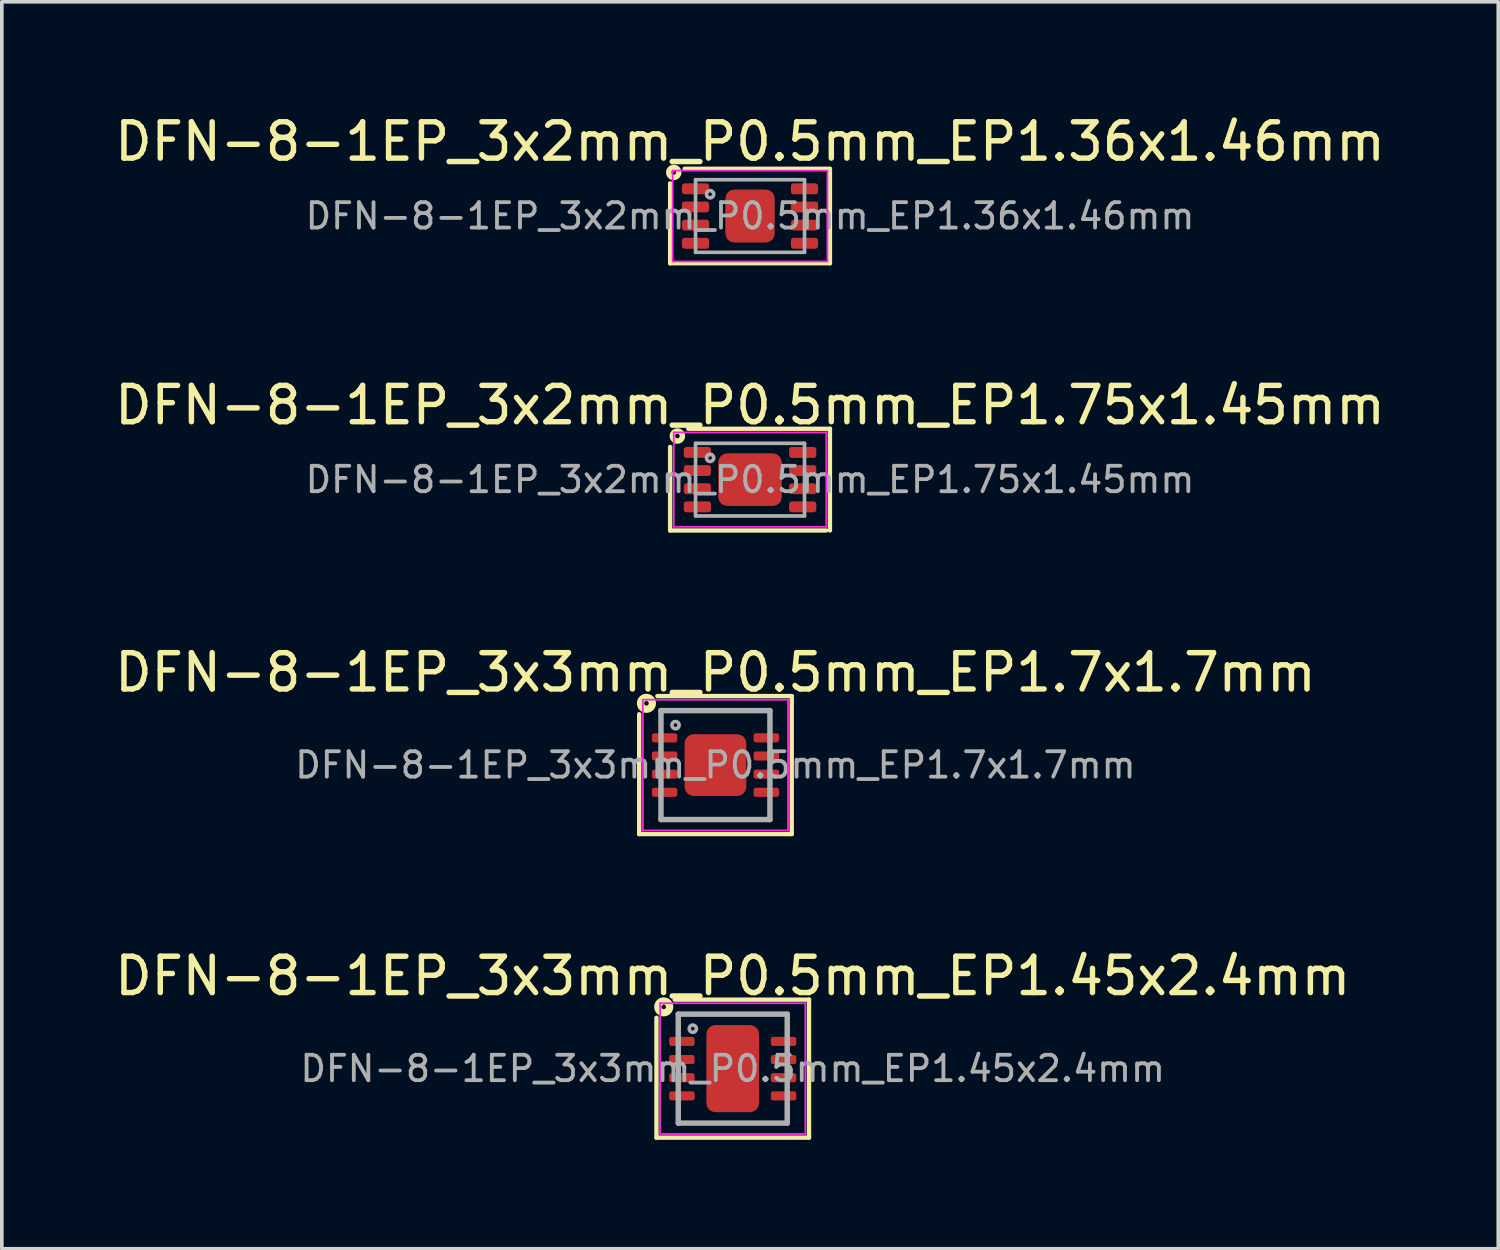
<source format=kicad_pcb>
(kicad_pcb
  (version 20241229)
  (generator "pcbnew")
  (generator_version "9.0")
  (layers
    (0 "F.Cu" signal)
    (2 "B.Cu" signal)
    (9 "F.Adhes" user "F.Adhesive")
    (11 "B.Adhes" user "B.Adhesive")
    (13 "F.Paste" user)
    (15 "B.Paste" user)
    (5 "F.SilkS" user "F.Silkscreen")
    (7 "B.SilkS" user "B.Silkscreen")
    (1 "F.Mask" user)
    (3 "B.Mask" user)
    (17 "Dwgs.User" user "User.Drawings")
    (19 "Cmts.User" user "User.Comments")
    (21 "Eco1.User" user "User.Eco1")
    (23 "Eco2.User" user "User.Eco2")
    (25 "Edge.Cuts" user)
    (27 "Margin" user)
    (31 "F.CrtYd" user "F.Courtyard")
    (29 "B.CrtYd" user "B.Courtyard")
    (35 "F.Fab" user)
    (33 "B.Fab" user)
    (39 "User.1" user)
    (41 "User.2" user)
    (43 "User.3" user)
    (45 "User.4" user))
  (footprint "DFN-8-1EP_3x2mm_P0.5mm_EP1.75x1.45mm"
    (layer "F.Cu")
    (at 17.601 10.156)
    (property "Reference" "DFN-8-1EP_3x2mm_P0.5mm_EP1.75x1.45mm" (at 0 -2.05 0) (layer "F.SilkS") (effects (font (size 1 1) (thickness 0.15))))
    (attr smd)
    (fp_line (start -2.2 1.4) (end -2.2 -0.9) (stroke (width 0.12) (type solid)) (layer "F.SilkS"))
    (fp_line (start -1.7 -1.4) (end 2.2 -1.4) (stroke (width 0.12) (type solid)) (layer "F.SilkS"))
    (fp_line (start 2.095 1.4) (end -2.2 1.4) (stroke (width 0.12) (type solid)) (layer "F.SilkS"))
    (fp_line (start 2.2 -1.4) (end 2.2 1.4) (stroke (width 0.12) (type solid)) (layer "F.SilkS"))
    (fp_circle (center -2 -1.2) (end -1.937 -1.2) (stroke (width 0.15) (type solid)) (fill no) (layer "F.SilkS"))
    (fp_line (start -2.1 -1.3) (end -2.1 1.3) (stroke (width 0.05) (type solid)) (layer "F.CrtYd"))
    (fp_line (start -2.1 -1.3) (end 2.1 -1.3) (stroke (width 0.05) (type solid)) (layer "F.CrtYd"))
    (fp_line (start -2.1 1.3) (end 2.1 1.3) (stroke (width 0.05) (type solid)) (layer "F.CrtYd"))
    (fp_line (start 2.1 -1.3) (end 2.1 1.3) (stroke (width 0.05) (type solid)) (layer "F.CrtYd"))
    (fp_line (start -1.5 -1) (end 1.5 -1) (stroke (width 0.1) (type solid)) (layer "F.Fab"))
    (fp_line (start -1.5 1) (end -1.5 -1) (stroke (width 0.1) (type solid)) (layer "F.Fab"))
    (fp_line (start 1.5 -1) (end 1.5 1) (stroke (width 0.1) (type solid)) (layer "F.Fab"))
    (fp_line (start 1.5 1) (end -1.5 1) (stroke (width 0.1) (type solid)) (layer "F.Fab"))
    (fp_circle (center -1.1 -0.6) (end -1 -0.6) (stroke (width 0.1) (type solid)) (fill no) (layer "F.Fab"))
    (fp_text user "${REFERENCE}" (at 0 0 0) (layer "F.Fab") (effects (font (size 0.7 0.7) (thickness 0.105))))
    (pad "" smd roundrect (at -0.438 -0.362) (size 0.71 0.58) (layers "F.Paste") (roundrect_rratio 0.25))
    (pad "" smd roundrect (at -0.438 0.362) (size 0.71 0.58) (layers "F.Paste") (roundrect_rratio 0.25))
    (pad "" smd roundrect (at 0.438 -0.362) (size 0.71 0.58) (layers "F.Paste") (roundrect_rratio 0.25))
    (pad "" smd roundrect (at 0.438 0.362) (size 0.71 0.58) (layers "F.Paste") (roundrect_rratio 0.25))
    (pad "1" smd roundrect (at -1.45 -0.75) (size 0.75 0.3) (layers "F.Cu" "F.Mask" "F.Paste") (roundrect_rratio 0.25))
    (pad "2" smd roundrect (at -1.45 -0.25) (size 0.75 0.3) (layers "F.Cu" "F.Mask" "F.Paste") (roundrect_rratio 0.25))
    (pad "3" smd roundrect (at -1.45 0.25) (size 0.75 0.3) (layers "F.Cu" "F.Mask" "F.Paste") (roundrect_rratio 0.25))
    (pad "4" smd roundrect (at -1.45 0.75) (size 0.75 0.3) (layers "F.Cu" "F.Mask" "F.Paste") (roundrect_rratio 0.25))
    (pad "5" smd roundrect (at 1.45 0.75) (size 0.75 0.3) (layers "F.Cu" "F.Mask" "F.Paste") (roundrect_rratio 0.25))
    (pad "6" smd roundrect (at 1.45 0.25) (size 0.75 0.3) (layers "F.Cu" "F.Mask" "F.Paste") (roundrect_rratio 0.25))
    (pad "7" smd roundrect (at 1.45 -0.25) (size 0.75 0.3) (layers "F.Cu" "F.Mask" "F.Paste") (roundrect_rratio 0.25))
    (pad "8" smd roundrect (at 1.45 -0.75) (size 0.75 0.3) (layers "F.Cu" "F.Mask" "F.Paste") (roundrect_rratio 0.25))
    (pad "9" smd roundrect (at 0 0) (size 1.75 1.45) (layers "F.Cu" "F.Mask") (roundrect_rratio 0.172)))
  (footprint "DFN-8-1EP_3x3mm_P0.5mm_EP1.7x1.7mm"
    (layer "F.Cu")
    (at 16.649 18.015)
    (property "Reference" "DFN-8-1EP_3x3mm_P0.5mm_EP1.7x1.7mm" (at 0 -2.55 0) (layer "F.SilkS") (effects (font (size 1 1) (thickness 0.15))))
    (attr smd)
    (fp_line (start -2.1 1.9) (end -2.1 -1.4) (stroke (width 0.12) (type solid)) (layer "F.SilkS"))
    (fp_line (start -1.6 -1.9) (end 2.1 -1.9) (stroke (width 0.12) (type solid)) (layer "F.SilkS"))
    (fp_line (start 2.1 -1.9) (end 2.1 1.9) (stroke (width 0.12) (type solid)) (layer "F.SilkS"))
    (fp_line (start 2.1 1.9) (end -2.1 1.9) (stroke (width 0.12) (type solid)) (layer "F.SilkS"))
    (fp_circle (center -1.9 -1.7) (end -1.837 -1.7) (stroke (width 0.2) (type solid)) (fill no) (layer "F.SilkS"))
    (fp_line (start -2 -1.8) (end -2 1.8) (stroke (width 0.05) (type solid)) (layer "F.CrtYd"))
    (fp_line (start -2 -1.8) (end 2 -1.8) (stroke (width 0.05) (type solid)) (layer "F.CrtYd"))
    (fp_line (start -2 1.8) (end 2 1.8) (stroke (width 0.05) (type solid)) (layer "F.CrtYd"))
    (fp_line (start 2 -1.8) (end 2 1.8) (stroke (width 0.05) (type solid)) (layer "F.CrtYd"))
    (fp_line (start -1.5 -1.5) (end 1.5 -1.5) (stroke (width 0.15) (type solid)) (layer "F.Fab"))
    (fp_line (start -1.5 1.5) (end -1.5 -1.5) (stroke (width 0.15) (type solid)) (layer "F.Fab"))
    (fp_line (start 1.5 -1.5) (end 1.5 1.5) (stroke (width 0.15) (type solid)) (layer "F.Fab"))
    (fp_line (start 1.5 1.5) (end -1.5 1.5) (stroke (width 0.15) (type solid)) (layer "F.Fab"))
    (fp_circle (center -1.1 -1.1) (end -1 -1.1) (stroke (width 0.1) (type solid)) (fill no) (layer "F.Fab"))
    (fp_text user "${REFERENCE}" (at 0 0 0) (layer "F.Fab") (effects (font (size 0.7 0.7) (thickness 0.105))))
    (pad "" smd roundrect (at -0.415 -0.4) (size 0.64 0.6) (layers "F.Paste") (roundrect_rratio 0.25))
    (pad "" smd roundrect (at -0.415 0.4) (size 0.64 0.6) (layers "F.Paste") (roundrect_rratio 0.25))
    (pad "" smd roundrect (at 0.415 -0.4) (size 0.64 0.6) (layers "F.Paste") (roundrect_rratio 0.25))
    (pad "" smd roundrect (at 0.415 0.4) (size 0.64 0.6) (layers "F.Paste") (roundrect_rratio 0.25))
    (pad "1" smd roundrect (at -1.4 -0.75) (size 0.7 0.25) (layers "F.Cu" "F.Mask" "F.Paste") (roundrect_rratio 0.25))
    (pad "2" smd roundrect (at -1.4 -0.25) (size 0.7 0.25) (layers "F.Cu" "F.Mask" "F.Paste") (roundrect_rratio 0.25))
    (pad "3" smd roundrect (at -1.4 0.25) (size 0.7 0.25) (layers "F.Cu" "F.Mask" "F.Paste") (roundrect_rratio 0.25))
    (pad "4" smd roundrect (at -1.4 0.75) (size 0.7 0.25) (layers "F.Cu" "F.Mask" "F.Paste") (roundrect_rratio 0.25))
    (pad "5" smd roundrect (at 1.4 0.75) (size 0.7 0.25) (layers "F.Cu" "F.Mask" "F.Paste") (roundrect_rratio 0.25))
    (pad "6" smd roundrect (at 1.4 0.25) (size 0.7 0.25) (layers "F.Cu" "F.Mask" "F.Paste") (roundrect_rratio 0.25))
    (pad "7" smd roundrect (at 1.4 -0.25) (size 0.7 0.25) (layers "F.Cu" "F.Mask" "F.Paste") (roundrect_rratio 0.25))
    (pad "8" smd roundrect (at 1.4 -0.75) (size 0.7 0.25) (layers "F.Cu" "F.Mask" "F.Paste") (roundrect_rratio 0.25))
    (pad "9" smd roundrect (at 0 0) (size 1.7 1.7) (layers "F.Cu" "F.Mask") (roundrect_rratio 0.147)))
  (footprint "DFN-8-1EP_3x2mm_P0.5mm_EP1.36x1.46mm"
    (layer "F.Cu")
    (at 17.601 2.898)
    (property "Reference" "DFN-8-1EP_3x2mm_P0.5mm_EP1.36x1.46mm" (at 0 -2.05 0) (layer "F.SilkS") (effects (font (size 1 1) (thickness 0.15))))
    (attr smd)
    (fp_line (start -2.2 -0.9) (end -2.2 1.3) (stroke (width 0.12) (type solid)) (layer "F.SilkS"))
    (fp_line (start -2.2 1.3) (end 2.2 1.3) (stroke (width 0.12) (type solid)) (layer "F.SilkS"))
    (fp_line (start 2.2 -1.3) (end -1.8 -1.3) (stroke (width 0.12) (type solid)) (layer "F.SilkS"))
    (fp_line (start 2.2 1.3) (end 2.2 -1.3) (stroke (width 0.12) (type solid)) (layer "F.SilkS"))
    (fp_circle (center -2.1 -1.2) (end -2.037 -1.2) (stroke (width 0.15) (type solid)) (fill no) (layer "F.SilkS"))
    (fp_line (start -2.13 -1.25) (end -2.13 1.25) (stroke (width 0.05) (type solid)) (layer "F.CrtYd"))
    (fp_line (start -2.13 -1.25) (end 2.13 -1.25) (stroke (width 0.05) (type solid)) (layer "F.CrtYd"))
    (fp_line (start -2.13 1.25) (end 2.13 1.25) (stroke (width 0.05) (type solid)) (layer "F.CrtYd"))
    (fp_line (start 2.13 -1.25) (end 2.13 1.25) (stroke (width 0.05) (type solid)) (layer "F.CrtYd"))
    (fp_line (start -1.5 -1) (end 1.5 -1) (stroke (width 0.1) (type solid)) (layer "F.Fab"))
    (fp_line (start -1.5 1) (end -1.5 -1) (stroke (width 0.1) (type solid)) (layer "F.Fab"))
    (fp_line (start 1.5 -1) (end 1.5 1) (stroke (width 0.1) (type solid)) (layer "F.Fab"))
    (fp_line (start 1.5 1) (end -1.5 1) (stroke (width 0.1) (type solid)) (layer "F.Fab"))
    (fp_circle (center -1.1 -0.6) (end -1 -0.6) (stroke (width 0.1) (type solid)) (fill no) (layer "F.Fab"))
    (fp_text user "${REFERENCE}" (at 0 0 0) (layer "F.Fab") (effects (font (size 0.7 0.7) (thickness 0.105))))
    (pad "" smd roundrect (at -0.325 -0.375) (size 0.5 0.6) (layers "F.Paste") (roundrect_rratio 0.25))
    (pad "" smd roundrect (at -0.325 0.375) (size 0.5 0.6) (layers "F.Paste") (roundrect_rratio 0.25))
    (pad "" smd roundrect (at 0.325 -0.375) (size 0.5 0.6) (layers "F.Paste") (roundrect_rratio 0.25))
    (pad "" smd roundrect (at 0.325 0.375) (size 0.5 0.6) (layers "F.Paste") (roundrect_rratio 0.25))
    (pad "1" smd roundrect (at -1.5 -0.75) (size 0.75 0.3) (layers "F.Cu" "F.Mask" "F.Paste") (roundrect_rratio 0.25))
    (pad "2" smd roundrect (at -1.5 -0.25) (size 0.75 0.3) (layers "F.Cu" "F.Mask" "F.Paste") (roundrect_rratio 0.25))
    (pad "3" smd roundrect (at -1.5 0.25) (size 0.75 0.3) (layers "F.Cu" "F.Mask" "F.Paste") (roundrect_rratio 0.25))
    (pad "4" smd roundrect (at -1.5 0.75) (size 0.75 0.3) (layers "F.Cu" "F.Mask" "F.Paste") (roundrect_rratio 0.25))
    (pad "5" smd roundrect (at 1.5 0.75) (size 0.75 0.3) (layers "F.Cu" "F.Mask" "F.Paste") (roundrect_rratio 0.25))
    (pad "6" smd roundrect (at 1.5 0.25) (size 0.75 0.3) (layers "F.Cu" "F.Mask" "F.Paste") (roundrect_rratio 0.25))
    (pad "7" smd roundrect (at 1.5 -0.25) (size 0.75 0.3) (layers "F.Cu" "F.Mask" "F.Paste") (roundrect_rratio 0.25))
    (pad "8" smd roundrect (at 1.5 -0.75) (size 0.75 0.3) (layers "F.Cu" "F.Mask" "F.Paste") (roundrect_rratio 0.25))
    (pad "9" smd roundrect (at 0 0) (size 1.36 1.46) (layers "F.Cu" "F.Mask") (roundrect_rratio 0.184)))
  (footprint "DFN-8-1EP_3x3mm_P0.5mm_EP1.45x2.4mm"
    (layer "F.Cu")
    (at 17.125 26.373)
    (property "Reference" "DFN-8-1EP_3x3mm_P0.5mm_EP1.45x2.4mm" (at 0 -2.55 0) (layer "F.SilkS") (effects (font (size 1 1) (thickness 0.15))))
    (attr smd)
    (fp_line (start -2.1 1.9) (end -2.1 -1.4) (stroke (width 0.12) (type solid)) (layer "F.SilkS"))
    (fp_line (start -1.6 -1.9) (end 2.1 -1.9) (stroke (width 0.12) (type solid)) (layer "F.SilkS"))
    (fp_line (start 2.1 -1.9) (end 2.1 1.9) (stroke (width 0.12) (type solid)) (layer "F.SilkS"))
    (fp_line (start 2.1 1.9) (end -2.1 1.9) (stroke (width 0.12) (type solid)) (layer "F.SilkS"))
    (fp_circle (center -1.9 -1.7) (end -1.837 -1.7) (stroke (width 0.2) (type solid)) (fill no) (layer "F.SilkS"))
    (fp_line (start -2 -1.8) (end -2 1.8) (stroke (width 0.05) (type solid)) (layer "F.CrtYd"))
    (fp_line (start -2 -1.8) (end 2 -1.8) (stroke (width 0.05) (type solid)) (layer "F.CrtYd"))
    (fp_line (start -2 1.8) (end 2 1.8) (stroke (width 0.05) (type solid)) (layer "F.CrtYd"))
    (fp_line (start 2 -1.8) (end 2 1.8) (stroke (width 0.05) (type solid)) (layer "F.CrtYd"))
    (fp_line (start -1.5 -1.5) (end 1.5 -1.5) (stroke (width 0.15) (type solid)) (layer "F.Fab"))
    (fp_line (start -1.5 1.5) (end -1.5 -1.5) (stroke (width 0.15) (type solid)) (layer "F.Fab"))
    (fp_line (start 1.5 -1.5) (end 1.5 1.5) (stroke (width 0.15) (type solid)) (layer "F.Fab"))
    (fp_line (start 1.5 1.5) (end -1.5 1.5) (stroke (width 0.15) (type solid)) (layer "F.Fab"))
    (fp_circle (center -1.1 -1.1) (end -1 -1.1) (stroke (width 0.1) (type solid)) (fill no) (layer "F.Fab"))
    (fp_text user "${REFERENCE}" (at 0 0 0) (layer "F.Fab") (effects (font (size 0.7 0.7) (thickness 0.105))))
    (pad "" smd roundrect (at -0.35 -0.595) (size 0.5 1) (layers "F.Paste") (roundrect_rratio 0.25))
    (pad "" smd roundrect (at -0.35 0.595) (size 0.5 1) (layers "F.Paste") (roundrect_rratio 0.25))
    (pad "" smd roundrect (at 0.35 -0.595) (size 0.5 1) (layers "F.Paste") (roundrect_rratio 0.25))
    (pad "" smd roundrect (at 0.35 0.595) (size 0.5 1) (layers "F.Paste") (roundrect_rratio 0.25))
    (pad "1" smd roundrect (at -1.4 -0.75) (size 0.7 0.25) (layers "F.Cu" "F.Mask" "F.Paste") (roundrect_rratio 0.25))
    (pad "2" smd roundrect (at -1.4 -0.25) (size 0.7 0.25) (layers "F.Cu" "F.Mask" "F.Paste") (roundrect_rratio 0.25))
    (pad "3" smd roundrect (at -1.4 0.25) (size 0.7 0.25) (layers "F.Cu" "F.Mask" "F.Paste") (roundrect_rratio 0.25))
    (pad "4" smd roundrect (at -1.4 0.75) (size 0.7 0.25) (layers "F.Cu" "F.Mask" "F.Paste") (roundrect_rratio 0.25))
    (pad "5" smd roundrect (at 1.4 0.75) (size 0.7 0.25) (layers "F.Cu" "F.Mask" "F.Paste") (roundrect_rratio 0.25))
    (pad "6" smd roundrect (at 1.4 0.25) (size 0.7 0.25) (layers "F.Cu" "F.Mask" "F.Paste") (roundrect_rratio 0.25))
    (pad "7" smd roundrect (at 1.4 -0.25) (size 0.7 0.25) (layers "F.Cu" "F.Mask" "F.Paste") (roundrect_rratio 0.25))
    (pad "8" smd roundrect (at 1.4 -0.75) (size 0.7 0.25) (layers "F.Cu" "F.Mask" "F.Paste") (roundrect_rratio 0.25))
    (pad "9" smd roundrect (at 0 0) (size 1.45 2.4) (layers "F.Cu" "F.Mask") (roundrect_rratio 0.172)))
  (gr_rect
    (start -3 -3)
    (end 38.202 31.333)
    (stroke (width 0.1) (type default))
    (fill no)
    (layer "Edge.Cuts")))
</source>
